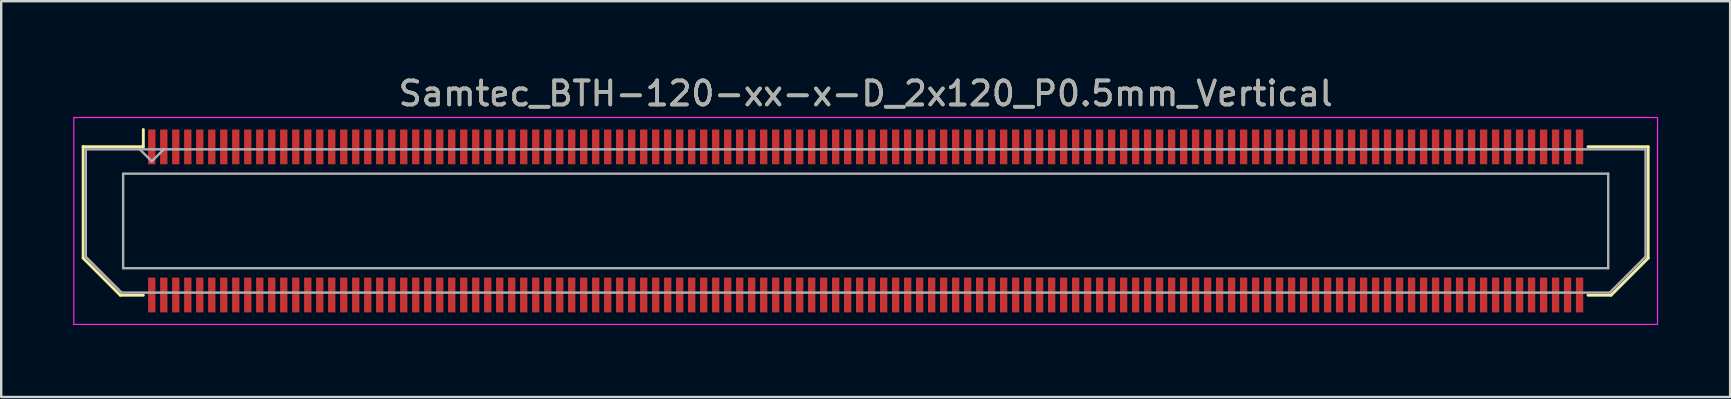
<source format=kicad_pcb>
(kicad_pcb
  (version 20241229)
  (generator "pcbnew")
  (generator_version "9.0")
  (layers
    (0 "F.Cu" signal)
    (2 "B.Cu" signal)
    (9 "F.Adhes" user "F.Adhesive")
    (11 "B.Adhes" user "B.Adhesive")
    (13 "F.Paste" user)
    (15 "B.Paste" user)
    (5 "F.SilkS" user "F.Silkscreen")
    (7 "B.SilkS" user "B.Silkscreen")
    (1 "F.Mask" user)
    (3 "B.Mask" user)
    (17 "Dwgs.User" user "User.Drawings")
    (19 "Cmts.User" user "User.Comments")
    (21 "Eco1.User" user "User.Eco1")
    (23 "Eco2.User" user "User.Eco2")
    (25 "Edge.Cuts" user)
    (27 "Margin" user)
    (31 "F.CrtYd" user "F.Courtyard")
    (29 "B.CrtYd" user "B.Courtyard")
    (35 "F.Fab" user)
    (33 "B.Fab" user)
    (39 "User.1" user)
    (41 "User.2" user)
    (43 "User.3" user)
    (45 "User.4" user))
  (footprint "Samtec_BTH-120-xx-x-D_2x120_P0.5mm_Vertical"
    (layer "F.Cu")
    (at 33.025 6.158)
    (property "Reference" "Samtec_BTH-120-xx-x-D_2x120_P0.5mm_Vertical" (at 0 -5.31 0) (layer "F.SilkS") (effects (font (size 1 1) (thickness 0.15))))
    (attr smd)
    (fp_line (start -32.61 -3.095) (end -32.61 1.548) (stroke (width 0.12) (type solid)) (layer "F.SilkS"))
    (fp_line (start -32.61 1.548) (end -31.062 3.095) (stroke (width 0.12) (type solid)) (layer "F.SilkS"))
    (fp_line (start -31.062 3.095) (end -30.102 3.095) (stroke (width 0.12) (type solid)) (layer "F.SilkS"))
    (fp_line (start -30.102 -3.811) (end -30.102 -3.095) (stroke (width 0.12) (type solid)) (layer "F.SilkS"))
    (fp_line (start -30.102 -3.095) (end -32.61 -3.095) (stroke (width 0.12) (type solid)) (layer "F.SilkS"))
    (fp_line (start 30.102 -3.095) (end 32.61 -3.095) (stroke (width 0.12) (type solid)) (layer "F.SilkS"))
    (fp_line (start 31.062 3.095) (end 30.102 3.095) (stroke (width 0.12) (type solid)) (layer "F.SilkS"))
    (fp_line (start 32.61 -3.095) (end 32.61 1.548) (stroke (width 0.12) (type solid)) (layer "F.SilkS"))
    (fp_line (start 32.61 1.548) (end 31.062 3.095) (stroke (width 0.12) (type solid)) (layer "F.SilkS"))
    (fp_line (start -33 -4.31) (end -33 4.31) (stroke (width 0.05) (type solid)) (layer "F.CrtYd"))
    (fp_line (start -33 4.31) (end 33 4.31) (stroke (width 0.05) (type solid)) (layer "F.CrtYd"))
    (fp_line (start 33 -4.31) (end -33 -4.31) (stroke (width 0.05) (type solid)) (layer "F.CrtYd"))
    (fp_line (start 33 4.31) (end 33 -4.31) (stroke (width 0.05) (type solid)) (layer "F.CrtYd"))
    (fp_line (start -32.5 -2.985) (end -32.5 1.492) (stroke (width 0.1) (type solid)) (layer "F.Fab"))
    (fp_line (start -32.5 -2.985) (end 32.5 -2.985) (stroke (width 0.1) (type solid)) (layer "F.Fab"))
    (fp_line (start -32.5 1.492) (end -31.008 2.985) (stroke (width 0.1) (type solid)) (layer "F.Fab"))
    (fp_line (start -31.008 2.985) (end 31.008 2.985) (stroke (width 0.1) (type solid)) (layer "F.Fab"))
    (fp_line (start -30.944 -1.97) (end -30.944 1.97) (stroke (width 0.1) (type solid)) (layer "F.Fab"))
    (fp_line (start -30.944 1.97) (end 30.944 1.97) (stroke (width 0.1) (type solid)) (layer "F.Fab"))
    (fp_line (start -29.75 -2.485) (end -30.25 -2.985) (stroke (width 0.1) (type solid)) (layer "F.Fab"))
    (fp_line (start -29.25 -2.985) (end -29.75 -2.485) (stroke (width 0.1) (type solid)) (layer "F.Fab"))
    (fp_line (start 30.944 -1.97) (end -30.944 -1.97) (stroke (width 0.1) (type solid)) (layer "F.Fab"))
    (fp_line (start 30.944 1.97) (end 30.944 -1.97) (stroke (width 0.1) (type solid)) (layer "F.Fab"))
    (fp_line (start 32.5 -2.985) (end 32.5 1.492) (stroke (width 0.1) (type solid)) (layer "F.Fab"))
    (fp_line (start 32.5 1.492) (end 31.008 2.985) (stroke (width 0.1) (type solid)) (layer "F.Fab"))
    (fp_text user "${REFERENCE}" (at 0 -5.31 0) (layer "F.Fab") (effects (font (size 1 1) (thickness 0.15))))
    (pad "1" smd rect (at -29.75 -3.086) (size 0.305 1.45) (layers "F.Cu" "F.Mask" "F.Paste"))
    (pad "2" smd rect (at -29.75 3.086) (size 0.305 1.45) (layers "F.Cu" "F.Mask" "F.Paste"))
    (pad "3" smd rect (at -29.25 -3.086) (size 0.305 1.45) (layers "F.Cu" "F.Mask" "F.Paste"))
    (pad "4" smd rect (at -29.25 3.086) (size 0.305 1.45) (layers "F.Cu" "F.Mask" "F.Paste"))
    (pad "5" smd rect (at -28.75 -3.086) (size 0.305 1.45) (layers "F.Cu" "F.Mask" "F.Paste"))
    (pad "6" smd rect (at -28.75 3.086) (size 0.305 1.45) (layers "F.Cu" "F.Mask" "F.Paste"))
    (pad "7" smd rect (at -28.25 -3.086) (size 0.305 1.45) (layers "F.Cu" "F.Mask" "F.Paste"))
    (pad "8" smd rect (at -28.25 3.086) (size 0.305 1.45) (layers "F.Cu" "F.Mask" "F.Paste"))
    (pad "9" smd rect (at -27.75 -3.086) (size 0.305 1.45) (layers "F.Cu" "F.Mask" "F.Paste"))
    (pad "10" smd rect (at -27.75 3.086) (size 0.305 1.45) (layers "F.Cu" "F.Mask" "F.Paste"))
    (pad "11" smd rect (at -27.25 -3.086) (size 0.305 1.45) (layers "F.Cu" "F.Mask" "F.Paste"))
    (pad "12" smd rect (at -27.25 3.086) (size 0.305 1.45) (layers "F.Cu" "F.Mask" "F.Paste"))
    (pad "13" smd rect (at -26.75 -3.086) (size 0.305 1.45) (layers "F.Cu" "F.Mask" "F.Paste"))
    (pad "14" smd rect (at -26.75 3.086) (size 0.305 1.45) (layers "F.Cu" "F.Mask" "F.Paste"))
    (pad "15" smd rect (at -26.25 -3.086) (size 0.305 1.45) (layers "F.Cu" "F.Mask" "F.Paste"))
    (pad "16" smd rect (at -26.25 3.086) (size 0.305 1.45) (layers "F.Cu" "F.Mask" "F.Paste"))
    (pad "17" smd rect (at -25.75 -3.086) (size 0.305 1.45) (layers "F.Cu" "F.Mask" "F.Paste"))
    (pad "18" smd rect (at -25.75 3.086) (size 0.305 1.45) (layers "F.Cu" "F.Mask" "F.Paste"))
    (pad "19" smd rect (at -25.25 -3.086) (size 0.305 1.45) (layers "F.Cu" "F.Mask" "F.Paste"))
    (pad "20" smd rect (at -25.25 3.086) (size 0.305 1.45) (layers "F.Cu" "F.Mask" "F.Paste"))
    (pad "21" smd rect (at -24.75 -3.086) (size 0.305 1.45) (layers "F.Cu" "F.Mask" "F.Paste"))
    (pad "22" smd rect (at -24.75 3.086) (size 0.305 1.45) (layers "F.Cu" "F.Mask" "F.Paste"))
    (pad "23" smd rect (at -24.25 -3.086) (size 0.305 1.45) (layers "F.Cu" "F.Mask" "F.Paste"))
    (pad "24" smd rect (at -24.25 3.086) (size 0.305 1.45) (layers "F.Cu" "F.Mask" "F.Paste"))
    (pad "25" smd rect (at -23.75 -3.086) (size 0.305 1.45) (layers "F.Cu" "F.Mask" "F.Paste"))
    (pad "26" smd rect (at -23.75 3.086) (size 0.305 1.45) (layers "F.Cu" "F.Mask" "F.Paste"))
    (pad "27" smd rect (at -23.25 -3.086) (size 0.305 1.45) (layers "F.Cu" "F.Mask" "F.Paste"))
    (pad "28" smd rect (at -23.25 3.086) (size 0.305 1.45) (layers "F.Cu" "F.Mask" "F.Paste"))
    (pad "29" smd rect (at -22.75 -3.086) (size 0.305 1.45) (layers "F.Cu" "F.Mask" "F.Paste"))
    (pad "30" smd rect (at -22.75 3.086) (size 0.305 1.45) (layers "F.Cu" "F.Mask" "F.Paste"))
    (pad "31" smd rect (at -22.25 -3.086) (size 0.305 1.45) (layers "F.Cu" "F.Mask" "F.Paste"))
    (pad "32" smd rect (at -22.25 3.086) (size 0.305 1.45) (layers "F.Cu" "F.Mask" "F.Paste"))
    (pad "33" smd rect (at -21.75 -3.086) (size 0.305 1.45) (layers "F.Cu" "F.Mask" "F.Paste"))
    (pad "34" smd rect (at -21.75 3.086) (size 0.305 1.45) (layers "F.Cu" "F.Mask" "F.Paste"))
    (pad "35" smd rect (at -21.25 -3.086) (size 0.305 1.45) (layers "F.Cu" "F.Mask" "F.Paste"))
    (pad "36" smd rect (at -21.25 3.086) (size 0.305 1.45) (layers "F.Cu" "F.Mask" "F.Paste"))
    (pad "37" smd rect (at -20.75 -3.086) (size 0.305 1.45) (layers "F.Cu" "F.Mask" "F.Paste"))
    (pad "38" smd rect (at -20.75 3.086) (size 0.305 1.45) (layers "F.Cu" "F.Mask" "F.Paste"))
    (pad "39" smd rect (at -20.25 -3.086) (size 0.305 1.45) (layers "F.Cu" "F.Mask" "F.Paste"))
    (pad "40" smd rect (at -20.25 3.086) (size 0.305 1.45) (layers "F.Cu" "F.Mask" "F.Paste"))
    (pad "41" smd rect (at -19.75 -3.086) (size 0.305 1.45) (layers "F.Cu" "F.Mask" "F.Paste"))
    (pad "42" smd rect (at -19.75 3.086) (size 0.305 1.45) (layers "F.Cu" "F.Mask" "F.Paste"))
    (pad "43" smd rect (at -19.25 -3.086) (size 0.305 1.45) (layers "F.Cu" "F.Mask" "F.Paste"))
    (pad "44" smd rect (at -19.25 3.086) (size 0.305 1.45) (layers "F.Cu" "F.Mask" "F.Paste"))
    (pad "45" smd rect (at -18.75 -3.086) (size 0.305 1.45) (layers "F.Cu" "F.Mask" "F.Paste"))
    (pad "46" smd rect (at -18.75 3.086) (size 0.305 1.45) (layers "F.Cu" "F.Mask" "F.Paste"))
    (pad "47" smd rect (at -18.25 -3.086) (size 0.305 1.45) (layers "F.Cu" "F.Mask" "F.Paste"))
    (pad "48" smd rect (at -18.25 3.086) (size 0.305 1.45) (layers "F.Cu" "F.Mask" "F.Paste"))
    (pad "49" smd rect (at -17.75 -3.086) (size 0.305 1.45) (layers "F.Cu" "F.Mask" "F.Paste"))
    (pad "50" smd rect (at -17.75 3.086) (size 0.305 1.45) (layers "F.Cu" "F.Mask" "F.Paste"))
    (pad "51" smd rect (at -17.25 -3.086) (size 0.305 1.45) (layers "F.Cu" "F.Mask" "F.Paste"))
    (pad "52" smd rect (at -17.25 3.086) (size 0.305 1.45) (layers "F.Cu" "F.Mask" "F.Paste"))
    (pad "53" smd rect (at -16.75 -3.086) (size 0.305 1.45) (layers "F.Cu" "F.Mask" "F.Paste"))
    (pad "54" smd rect (at -16.75 3.086) (size 0.305 1.45) (layers "F.Cu" "F.Mask" "F.Paste"))
    (pad "55" smd rect (at -16.25 -3.086) (size 0.305 1.45) (layers "F.Cu" "F.Mask" "F.Paste"))
    (pad "56" smd rect (at -16.25 3.086) (size 0.305 1.45) (layers "F.Cu" "F.Mask" "F.Paste"))
    (pad "57" smd rect (at -15.75 -3.086) (size 0.305 1.45) (layers "F.Cu" "F.Mask" "F.Paste"))
    (pad "58" smd rect (at -15.75 3.086) (size 0.305 1.45) (layers "F.Cu" "F.Mask" "F.Paste"))
    (pad "59" smd rect (at -15.25 -3.086) (size 0.305 1.45) (layers "F.Cu" "F.Mask" "F.Paste"))
    (pad "60" smd rect (at -15.25 3.086) (size 0.305 1.45) (layers "F.Cu" "F.Mask" "F.Paste"))
    (pad "61" smd rect (at -14.75 -3.086) (size 0.305 1.45) (layers "F.Cu" "F.Mask" "F.Paste"))
    (pad "62" smd rect (at -14.75 3.086) (size 0.305 1.45) (layers "F.Cu" "F.Mask" "F.Paste"))
    (pad "63" smd rect (at -14.25 -3.086) (size 0.305 1.45) (layers "F.Cu" "F.Mask" "F.Paste"))
    (pad "64" smd rect (at -14.25 3.086) (size 0.305 1.45) (layers "F.Cu" "F.Mask" "F.Paste"))
    (pad "65" smd rect (at -13.75 -3.086) (size 0.305 1.45) (layers "F.Cu" "F.Mask" "F.Paste"))
    (pad "66" smd rect (at -13.75 3.086) (size 0.305 1.45) (layers "F.Cu" "F.Mask" "F.Paste"))
    (pad "67" smd rect (at -13.25 -3.086) (size 0.305 1.45) (layers "F.Cu" "F.Mask" "F.Paste"))
    (pad "68" smd rect (at -13.25 3.086) (size 0.305 1.45) (layers "F.Cu" "F.Mask" "F.Paste"))
    (pad "69" smd rect (at -12.75 -3.086) (size 0.305 1.45) (layers "F.Cu" "F.Mask" "F.Paste"))
    (pad "70" smd rect (at -12.75 3.086) (size 0.305 1.45) (layers "F.Cu" "F.Mask" "F.Paste"))
    (pad "71" smd rect (at -12.25 -3.086) (size 0.305 1.45) (layers "F.Cu" "F.Mask" "F.Paste"))
    (pad "72" smd rect (at -12.25 3.086) (size 0.305 1.45) (layers "F.Cu" "F.Mask" "F.Paste"))
    (pad "73" smd rect (at -11.75 -3.086) (size 0.305 1.45) (layers "F.Cu" "F.Mask" "F.Paste"))
    (pad "74" smd rect (at -11.75 3.086) (size 0.305 1.45) (layers "F.Cu" "F.Mask" "F.Paste"))
    (pad "75" smd rect (at -11.25 -3.086) (size 0.305 1.45) (layers "F.Cu" "F.Mask" "F.Paste"))
    (pad "76" smd rect (at -11.25 3.086) (size 0.305 1.45) (layers "F.Cu" "F.Mask" "F.Paste"))
    (pad "77" smd rect (at -10.75 -3.086) (size 0.305 1.45) (layers "F.Cu" "F.Mask" "F.Paste"))
    (pad "78" smd rect (at -10.75 3.086) (size 0.305 1.45) (layers "F.Cu" "F.Mask" "F.Paste"))
    (pad "79" smd rect (at -10.25 -3.086) (size 0.305 1.45) (layers "F.Cu" "F.Mask" "F.Paste"))
    (pad "80" smd rect (at -10.25 3.086) (size 0.305 1.45) (layers "F.Cu" "F.Mask" "F.Paste"))
    (pad "81" smd rect (at -9.75 -3.086) (size 0.305 1.45) (layers "F.Cu" "F.Mask" "F.Paste"))
    (pad "82" smd rect (at -9.75 3.086) (size 0.305 1.45) (layers "F.Cu" "F.Mask" "F.Paste"))
    (pad "83" smd rect (at -9.25 -3.086) (size 0.305 1.45) (layers "F.Cu" "F.Mask" "F.Paste"))
    (pad "84" smd rect (at -9.25 3.086) (size 0.305 1.45) (layers "F.Cu" "F.Mask" "F.Paste"))
    (pad "85" smd rect (at -8.75 -3.086) (size 0.305 1.45) (layers "F.Cu" "F.Mask" "F.Paste"))
    (pad "86" smd rect (at -8.75 3.086) (size 0.305 1.45) (layers "F.Cu" "F.Mask" "F.Paste"))
    (pad "87" smd rect (at -8.25 -3.086) (size 0.305 1.45) (layers "F.Cu" "F.Mask" "F.Paste"))
    (pad "88" smd rect (at -8.25 3.086) (size 0.305 1.45) (layers "F.Cu" "F.Mask" "F.Paste"))
    (pad "89" smd rect (at -7.75 -3.086) (size 0.305 1.45) (layers "F.Cu" "F.Mask" "F.Paste"))
    (pad "90" smd rect (at -7.75 3.086) (size 0.305 1.45) (layers "F.Cu" "F.Mask" "F.Paste"))
    (pad "91" smd rect (at -7.25 -3.086) (size 0.305 1.45) (layers "F.Cu" "F.Mask" "F.Paste"))
    (pad "92" smd rect (at -7.25 3.086) (size 0.305 1.45) (layers "F.Cu" "F.Mask" "F.Paste"))
    (pad "93" smd rect (at -6.75 -3.086) (size 0.305 1.45) (layers "F.Cu" "F.Mask" "F.Paste"))
    (pad "94" smd rect (at -6.75 3.086) (size 0.305 1.45) (layers "F.Cu" "F.Mask" "F.Paste"))
    (pad "95" smd rect (at -6.25 -3.086) (size 0.305 1.45) (layers "F.Cu" "F.Mask" "F.Paste"))
    (pad "96" smd rect (at -6.25 3.086) (size 0.305 1.45) (layers "F.Cu" "F.Mask" "F.Paste"))
    (pad "97" smd rect (at -5.75 -3.086) (size 0.305 1.45) (layers "F.Cu" "F.Mask" "F.Paste"))
    (pad "98" smd rect (at -5.75 3.086) (size 0.305 1.45) (layers "F.Cu" "F.Mask" "F.Paste"))
    (pad "99" smd rect (at -5.25 -3.086) (size 0.305 1.45) (layers "F.Cu" "F.Mask" "F.Paste"))
    (pad "100" smd rect (at -5.25 3.086) (size 0.305 1.45) (layers "F.Cu" "F.Mask" "F.Paste"))
    (pad "101" smd rect (at -4.75 -3.086) (size 0.305 1.45) (layers "F.Cu" "F.Mask" "F.Paste"))
    (pad "102" smd rect (at -4.75 3.086) (size 0.305 1.45) (layers "F.Cu" "F.Mask" "F.Paste"))
    (pad "103" smd rect (at -4.25 -3.086) (size 0.305 1.45) (layers "F.Cu" "F.Mask" "F.Paste"))
    (pad "104" smd rect (at -4.25 3.086) (size 0.305 1.45) (layers "F.Cu" "F.Mask" "F.Paste"))
    (pad "105" smd rect (at -3.75 -3.086) (size 0.305 1.45) (layers "F.Cu" "F.Mask" "F.Paste"))
    (pad "106" smd rect (at -3.75 3.086) (size 0.305 1.45) (layers "F.Cu" "F.Mask" "F.Paste"))
    (pad "107" smd rect (at -3.25 -3.086) (size 0.305 1.45) (layers "F.Cu" "F.Mask" "F.Paste"))
    (pad "108" smd rect (at -3.25 3.086) (size 0.305 1.45) (layers "F.Cu" "F.Mask" "F.Paste"))
    (pad "109" smd rect (at -2.75 -3.086) (size 0.305 1.45) (layers "F.Cu" "F.Mask" "F.Paste"))
    (pad "110" smd rect (at -2.75 3.086) (size 0.305 1.45) (layers "F.Cu" "F.Mask" "F.Paste"))
    (pad "111" smd rect (at -2.25 -3.086) (size 0.305 1.45) (layers "F.Cu" "F.Mask" "F.Paste"))
    (pad "112" smd rect (at -2.25 3.086) (size 0.305 1.45) (layers "F.Cu" "F.Mask" "F.Paste"))
    (pad "113" smd rect (at -1.75 -3.086) (size 0.305 1.45) (layers "F.Cu" "F.Mask" "F.Paste"))
    (pad "114" smd rect (at -1.75 3.086) (size 0.305 1.45) (layers "F.Cu" "F.Mask" "F.Paste"))
    (pad "115" smd rect (at -1.25 -3.086) (size 0.305 1.45) (layers "F.Cu" "F.Mask" "F.Paste"))
    (pad "116" smd rect (at -1.25 3.086) (size 0.305 1.45) (layers "F.Cu" "F.Mask" "F.Paste"))
    (pad "117" smd rect (at -0.75 -3.086) (size 0.305 1.45) (layers "F.Cu" "F.Mask" "F.Paste"))
    (pad "118" smd rect (at -0.75 3.086) (size 0.305 1.45) (layers "F.Cu" "F.Mask" "F.Paste"))
    (pad "119" smd rect (at -0.25 -3.086) (size 0.305 1.45) (layers "F.Cu" "F.Mask" "F.Paste"))
    (pad "120" smd rect (at -0.25 3.086) (size 0.305 1.45) (layers "F.Cu" "F.Mask" "F.Paste"))
    (pad "121" smd rect (at 0.25 -3.086) (size 0.305 1.45) (layers "F.Cu" "F.Mask" "F.Paste"))
    (pad "122" smd rect (at 0.25 3.086) (size 0.305 1.45) (layers "F.Cu" "F.Mask" "F.Paste"))
    (pad "123" smd rect (at 0.75 -3.086) (size 0.305 1.45) (layers "F.Cu" "F.Mask" "F.Paste"))
    (pad "124" smd rect (at 0.75 3.086) (size 0.305 1.45) (layers "F.Cu" "F.Mask" "F.Paste"))
    (pad "125" smd rect (at 1.25 -3.086) (size 0.305 1.45) (layers "F.Cu" "F.Mask" "F.Paste"))
    (pad "126" smd rect (at 1.25 3.086) (size 0.305 1.45) (layers "F.Cu" "F.Mask" "F.Paste"))
    (pad "127" smd rect (at 1.75 -3.086) (size 0.305 1.45) (layers "F.Cu" "F.Mask" "F.Paste"))
    (pad "128" smd rect (at 1.75 3.086) (size 0.305 1.45) (layers "F.Cu" "F.Mask" "F.Paste"))
    (pad "129" smd rect (at 2.25 -3.086) (size 0.305 1.45) (layers "F.Cu" "F.Mask" "F.Paste"))
    (pad "130" smd rect (at 2.25 3.086) (size 0.305 1.45) (layers "F.Cu" "F.Mask" "F.Paste"))
    (pad "131" smd rect (at 2.75 -3.086) (size 0.305 1.45) (layers "F.Cu" "F.Mask" "F.Paste"))
    (pad "132" smd rect (at 2.75 3.086) (size 0.305 1.45) (layers "F.Cu" "F.Mask" "F.Paste"))
    (pad "133" smd rect (at 3.25 -3.086) (size 0.305 1.45) (layers "F.Cu" "F.Mask" "F.Paste"))
    (pad "134" smd rect (at 3.25 3.086) (size 0.305 1.45) (layers "F.Cu" "F.Mask" "F.Paste"))
    (pad "135" smd rect (at 3.75 -3.086) (size 0.305 1.45) (layers "F.Cu" "F.Mask" "F.Paste"))
    (pad "136" smd rect (at 3.75 3.086) (size 0.305 1.45) (layers "F.Cu" "F.Mask" "F.Paste"))
    (pad "137" smd rect (at 4.25 -3.086) (size 0.305 1.45) (layers "F.Cu" "F.Mask" "F.Paste"))
    (pad "138" smd rect (at 4.25 3.086) (size 0.305 1.45) (layers "F.Cu" "F.Mask" "F.Paste"))
    (pad "139" smd rect (at 4.75 -3.086) (size 0.305 1.45) (layers "F.Cu" "F.Mask" "F.Paste"))
    (pad "140" smd rect (at 4.75 3.086) (size 0.305 1.45) (layers "F.Cu" "F.Mask" "F.Paste"))
    (pad "141" smd rect (at 5.25 -3.086) (size 0.305 1.45) (layers "F.Cu" "F.Mask" "F.Paste"))
    (pad "142" smd rect (at 5.25 3.086) (size 0.305 1.45) (layers "F.Cu" "F.Mask" "F.Paste"))
    (pad "143" smd rect (at 5.75 -3.086) (size 0.305 1.45) (layers "F.Cu" "F.Mask" "F.Paste"))
    (pad "144" smd rect (at 5.75 3.086) (size 0.305 1.45) (layers "F.Cu" "F.Mask" "F.Paste"))
    (pad "145" smd rect (at 6.25 -3.086) (size 0.305 1.45) (layers "F.Cu" "F.Mask" "F.Paste"))
    (pad "146" smd rect (at 6.25 3.086) (size 0.305 1.45) (layers "F.Cu" "F.Mask" "F.Paste"))
    (pad "147" smd rect (at 6.75 -3.086) (size 0.305 1.45) (layers "F.Cu" "F.Mask" "F.Paste"))
    (pad "148" smd rect (at 6.75 3.086) (size 0.305 1.45) (layers "F.Cu" "F.Mask" "F.Paste"))
    (pad "149" smd rect (at 7.25 -3.086) (size 0.305 1.45) (layers "F.Cu" "F.Mask" "F.Paste"))
    (pad "150" smd rect (at 7.25 3.086) (size 0.305 1.45) (layers "F.Cu" "F.Mask" "F.Paste"))
    (pad "151" smd rect (at 7.75 -3.086) (size 0.305 1.45) (layers "F.Cu" "F.Mask" "F.Paste"))
    (pad "152" smd rect (at 7.75 3.086) (size 0.305 1.45) (layers "F.Cu" "F.Mask" "F.Paste"))
    (pad "153" smd rect (at 8.25 -3.086) (size 0.305 1.45) (layers "F.Cu" "F.Mask" "F.Paste"))
    (pad "154" smd rect (at 8.25 3.086) (size 0.305 1.45) (layers "F.Cu" "F.Mask" "F.Paste"))
    (pad "155" smd rect (at 8.75 -3.086) (size 0.305 1.45) (layers "F.Cu" "F.Mask" "F.Paste"))
    (pad "156" smd rect (at 8.75 3.086) (size 0.305 1.45) (layers "F.Cu" "F.Mask" "F.Paste"))
    (pad "157" smd rect (at 9.25 -3.086) (size 0.305 1.45) (layers "F.Cu" "F.Mask" "F.Paste"))
    (pad "158" smd rect (at 9.25 3.086) (size 0.305 1.45) (layers "F.Cu" "F.Mask" "F.Paste"))
    (pad "159" smd rect (at 9.75 -3.086) (size 0.305 1.45) (layers "F.Cu" "F.Mask" "F.Paste"))
    (pad "160" smd rect (at 9.75 3.086) (size 0.305 1.45) (layers "F.Cu" "F.Mask" "F.Paste"))
    (pad "161" smd rect (at 10.25 -3.086) (size 0.305 1.45) (layers "F.Cu" "F.Mask" "F.Paste"))
    (pad "162" smd rect (at 10.25 3.086) (size 0.305 1.45) (layers "F.Cu" "F.Mask" "F.Paste"))
    (pad "163" smd rect (at 10.75 -3.086) (size 0.305 1.45) (layers "F.Cu" "F.Mask" "F.Paste"))
    (pad "164" smd rect (at 10.75 3.086) (size 0.305 1.45) (layers "F.Cu" "F.Mask" "F.Paste"))
    (pad "165" smd rect (at 11.25 -3.086) (size 0.305 1.45) (layers "F.Cu" "F.Mask" "F.Paste"))
    (pad "166" smd rect (at 11.25 3.086) (size 0.305 1.45) (layers "F.Cu" "F.Mask" "F.Paste"))
    (pad "167" smd rect (at 11.75 -3.086) (size 0.305 1.45) (layers "F.Cu" "F.Mask" "F.Paste"))
    (pad "168" smd rect (at 11.75 3.086) (size 0.305 1.45) (layers "F.Cu" "F.Mask" "F.Paste"))
    (pad "169" smd rect (at 12.25 -3.086) (size 0.305 1.45) (layers "F.Cu" "F.Mask" "F.Paste"))
    (pad "170" smd rect (at 12.25 3.086) (size 0.305 1.45) (layers "F.Cu" "F.Mask" "F.Paste"))
    (pad "171" smd rect (at 12.75 -3.086) (size 0.305 1.45) (layers "F.Cu" "F.Mask" "F.Paste"))
    (pad "172" smd rect (at 12.75 3.086) (size 0.305 1.45) (layers "F.Cu" "F.Mask" "F.Paste"))
    (pad "173" smd rect (at 13.25 -3.086) (size 0.305 1.45) (layers "F.Cu" "F.Mask" "F.Paste"))
    (pad "174" smd rect (at 13.25 3.086) (size 0.305 1.45) (layers "F.Cu" "F.Mask" "F.Paste"))
    (pad "175" smd rect (at 13.75 -3.086) (size 0.305 1.45) (layers "F.Cu" "F.Mask" "F.Paste"))
    (pad "176" smd rect (at 13.75 3.086) (size 0.305 1.45) (layers "F.Cu" "F.Mask" "F.Paste"))
    (pad "177" smd rect (at 14.25 -3.086) (size 0.305 1.45) (layers "F.Cu" "F.Mask" "F.Paste"))
    (pad "178" smd rect (at 14.25 3.086) (size 0.305 1.45) (layers "F.Cu" "F.Mask" "F.Paste"))
    (pad "179" smd rect (at 14.75 -3.086) (size 0.305 1.45) (layers "F.Cu" "F.Mask" "F.Paste"))
    (pad "180" smd rect (at 14.75 3.086) (size 0.305 1.45) (layers "F.Cu" "F.Mask" "F.Paste"))
    (pad "181" smd rect (at 15.25 -3.086) (size 0.305 1.45) (layers "F.Cu" "F.Mask" "F.Paste"))
    (pad "182" smd rect (at 15.25 3.086) (size 0.305 1.45) (layers "F.Cu" "F.Mask" "F.Paste"))
    (pad "183" smd rect (at 15.75 -3.086) (size 0.305 1.45) (layers "F.Cu" "F.Mask" "F.Paste"))
    (pad "184" smd rect (at 15.75 3.086) (size 0.305 1.45) (layers "F.Cu" "F.Mask" "F.Paste"))
    (pad "185" smd rect (at 16.25 -3.086) (size 0.305 1.45) (layers "F.Cu" "F.Mask" "F.Paste"))
    (pad "186" smd rect (at 16.25 3.086) (size 0.305 1.45) (layers "F.Cu" "F.Mask" "F.Paste"))
    (pad "187" smd rect (at 16.75 -3.086) (size 0.305 1.45) (layers "F.Cu" "F.Mask" "F.Paste"))
    (pad "188" smd rect (at 16.75 3.086) (size 0.305 1.45) (layers "F.Cu" "F.Mask" "F.Paste"))
    (pad "189" smd rect (at 17.25 -3.086) (size 0.305 1.45) (layers "F.Cu" "F.Mask" "F.Paste"))
    (pad "190" smd rect (at 17.25 3.086) (size 0.305 1.45) (layers "F.Cu" "F.Mask" "F.Paste"))
    (pad "191" smd rect (at 17.75 -3.086) (size 0.305 1.45) (layers "F.Cu" "F.Mask" "F.Paste"))
    (pad "192" smd rect (at 17.75 3.086) (size 0.305 1.45) (layers "F.Cu" "F.Mask" "F.Paste"))
    (pad "193" smd rect (at 18.25 -3.086) (size 0.305 1.45) (layers "F.Cu" "F.Mask" "F.Paste"))
    (pad "194" smd rect (at 18.25 3.086) (size 0.305 1.45) (layers "F.Cu" "F.Mask" "F.Paste"))
    (pad "195" smd rect (at 18.75 -3.086) (size 0.305 1.45) (layers "F.Cu" "F.Mask" "F.Paste"))
    (pad "196" smd rect (at 18.75 3.086) (size 0.305 1.45) (layers "F.Cu" "F.Mask" "F.Paste"))
    (pad "197" smd rect (at 19.25 -3.086) (size 0.305 1.45) (layers "F.Cu" "F.Mask" "F.Paste"))
    (pad "198" smd rect (at 19.25 3.086) (size 0.305 1.45) (layers "F.Cu" "F.Mask" "F.Paste"))
    (pad "199" smd rect (at 19.75 -3.086) (size 0.305 1.45) (layers "F.Cu" "F.Mask" "F.Paste"))
    (pad "200" smd rect (at 19.75 3.086) (size 0.305 1.45) (layers "F.Cu" "F.Mask" "F.Paste"))
    (pad "201" smd rect (at 20.25 -3.086) (size 0.305 1.45) (layers "F.Cu" "F.Mask" "F.Paste"))
    (pad "202" smd rect (at 20.25 3.086) (size 0.305 1.45) (layers "F.Cu" "F.Mask" "F.Paste"))
    (pad "203" smd rect (at 20.75 -3.086) (size 0.305 1.45) (layers "F.Cu" "F.Mask" "F.Paste"))
    (pad "204" smd rect (at 20.75 3.086) (size 0.305 1.45) (layers "F.Cu" "F.Mask" "F.Paste"))
    (pad "205" smd rect (at 21.25 -3.086) (size 0.305 1.45) (layers "F.Cu" "F.Mask" "F.Paste"))
    (pad "206" smd rect (at 21.25 3.086) (size 0.305 1.45) (layers "F.Cu" "F.Mask" "F.Paste"))
    (pad "207" smd rect (at 21.75 -3.086) (size 0.305 1.45) (layers "F.Cu" "F.Mask" "F.Paste"))
    (pad "208" smd rect (at 21.75 3.086) (size 0.305 1.45) (layers "F.Cu" "F.Mask" "F.Paste"))
    (pad "209" smd rect (at 22.25 -3.086) (size 0.305 1.45) (layers "F.Cu" "F.Mask" "F.Paste"))
    (pad "210" smd rect (at 22.25 3.086) (size 0.305 1.45) (layers "F.Cu" "F.Mask" "F.Paste"))
    (pad "211" smd rect (at 22.75 -3.086) (size 0.305 1.45) (layers "F.Cu" "F.Mask" "F.Paste"))
    (pad "212" smd rect (at 22.75 3.086) (size 0.305 1.45) (layers "F.Cu" "F.Mask" "F.Paste"))
    (pad "213" smd rect (at 23.25 -3.086) (size 0.305 1.45) (layers "F.Cu" "F.Mask" "F.Paste"))
    (pad "214" smd rect (at 23.25 3.086) (size 0.305 1.45) (layers "F.Cu" "F.Mask" "F.Paste"))
    (pad "215" smd rect (at 23.75 -3.086) (size 0.305 1.45) (layers "F.Cu" "F.Mask" "F.Paste"))
    (pad "216" smd rect (at 23.75 3.086) (size 0.305 1.45) (layers "F.Cu" "F.Mask" "F.Paste"))
    (pad "217" smd rect (at 24.25 -3.086) (size 0.305 1.45) (layers "F.Cu" "F.Mask" "F.Paste"))
    (pad "218" smd rect (at 24.25 3.086) (size 0.305 1.45) (layers "F.Cu" "F.Mask" "F.Paste"))
    (pad "219" smd rect (at 24.75 -3.086) (size 0.305 1.45) (layers "F.Cu" "F.Mask" "F.Paste"))
    (pad "220" smd rect (at 24.75 3.086) (size 0.305 1.45) (layers "F.Cu" "F.Mask" "F.Paste"))
    (pad "221" smd rect (at 25.25 -3.086) (size 0.305 1.45) (layers "F.Cu" "F.Mask" "F.Paste"))
    (pad "222" smd rect (at 25.25 3.086) (size 0.305 1.45) (layers "F.Cu" "F.Mask" "F.Paste"))
    (pad "223" smd rect (at 25.75 -3.086) (size 0.305 1.45) (layers "F.Cu" "F.Mask" "F.Paste"))
    (pad "224" smd rect (at 25.75 3.086) (size 0.305 1.45) (layers "F.Cu" "F.Mask" "F.Paste"))
    (pad "225" smd rect (at 26.25 -3.086) (size 0.305 1.45) (layers "F.Cu" "F.Mask" "F.Paste"))
    (pad "226" smd rect (at 26.25 3.086) (size 0.305 1.45) (layers "F.Cu" "F.Mask" "F.Paste"))
    (pad "227" smd rect (at 26.75 -3.086) (size 0.305 1.45) (layers "F.Cu" "F.Mask" "F.Paste"))
    (pad "228" smd rect (at 26.75 3.086) (size 0.305 1.45) (layers "F.Cu" "F.Mask" "F.Paste"))
    (pad "229" smd rect (at 27.25 -3.086) (size 0.305 1.45) (layers "F.Cu" "F.Mask" "F.Paste"))
    (pad "230" smd rect (at 27.25 3.086) (size 0.305 1.45) (layers "F.Cu" "F.Mask" "F.Paste"))
    (pad "231" smd rect (at 27.75 -3.086) (size 0.305 1.45) (layers "F.Cu" "F.Mask" "F.Paste"))
    (pad "232" smd rect (at 27.75 3.086) (size 0.305 1.45) (layers "F.Cu" "F.Mask" "F.Paste"))
    (pad "233" smd rect (at 28.25 -3.086) (size 0.305 1.45) (layers "F.Cu" "F.Mask" "F.Paste"))
    (pad "234" smd rect (at 28.25 3.086) (size 0.305 1.45) (layers "F.Cu" "F.Mask" "F.Paste"))
    (pad "235" smd rect (at 28.75 -3.086) (size 0.305 1.45) (layers "F.Cu" "F.Mask" "F.Paste"))
    (pad "236" smd rect (at 28.75 3.086) (size 0.305 1.45) (layers "F.Cu" "F.Mask" "F.Paste"))
    (pad "237" smd rect (at 29.25 -3.086) (size 0.305 1.45) (layers "F.Cu" "F.Mask" "F.Paste"))
    (pad "238" smd rect (at 29.25 3.086) (size 0.305 1.45) (layers "F.Cu" "F.Mask" "F.Paste"))
    (pad "239" smd rect (at 29.75 -3.086) (size 0.305 1.45) (layers "F.Cu" "F.Mask" "F.Paste"))
    (pad "240" smd rect (at 29.75 3.086) (size 0.305 1.45) (layers "F.Cu" "F.Mask" "F.Paste")))
  (gr_rect
    (start -3 -3)
    (end 69.05 13.493)
    (stroke (width 0.1) (type default))
    (fill no)
    (layer "Edge.Cuts")))
</source>
